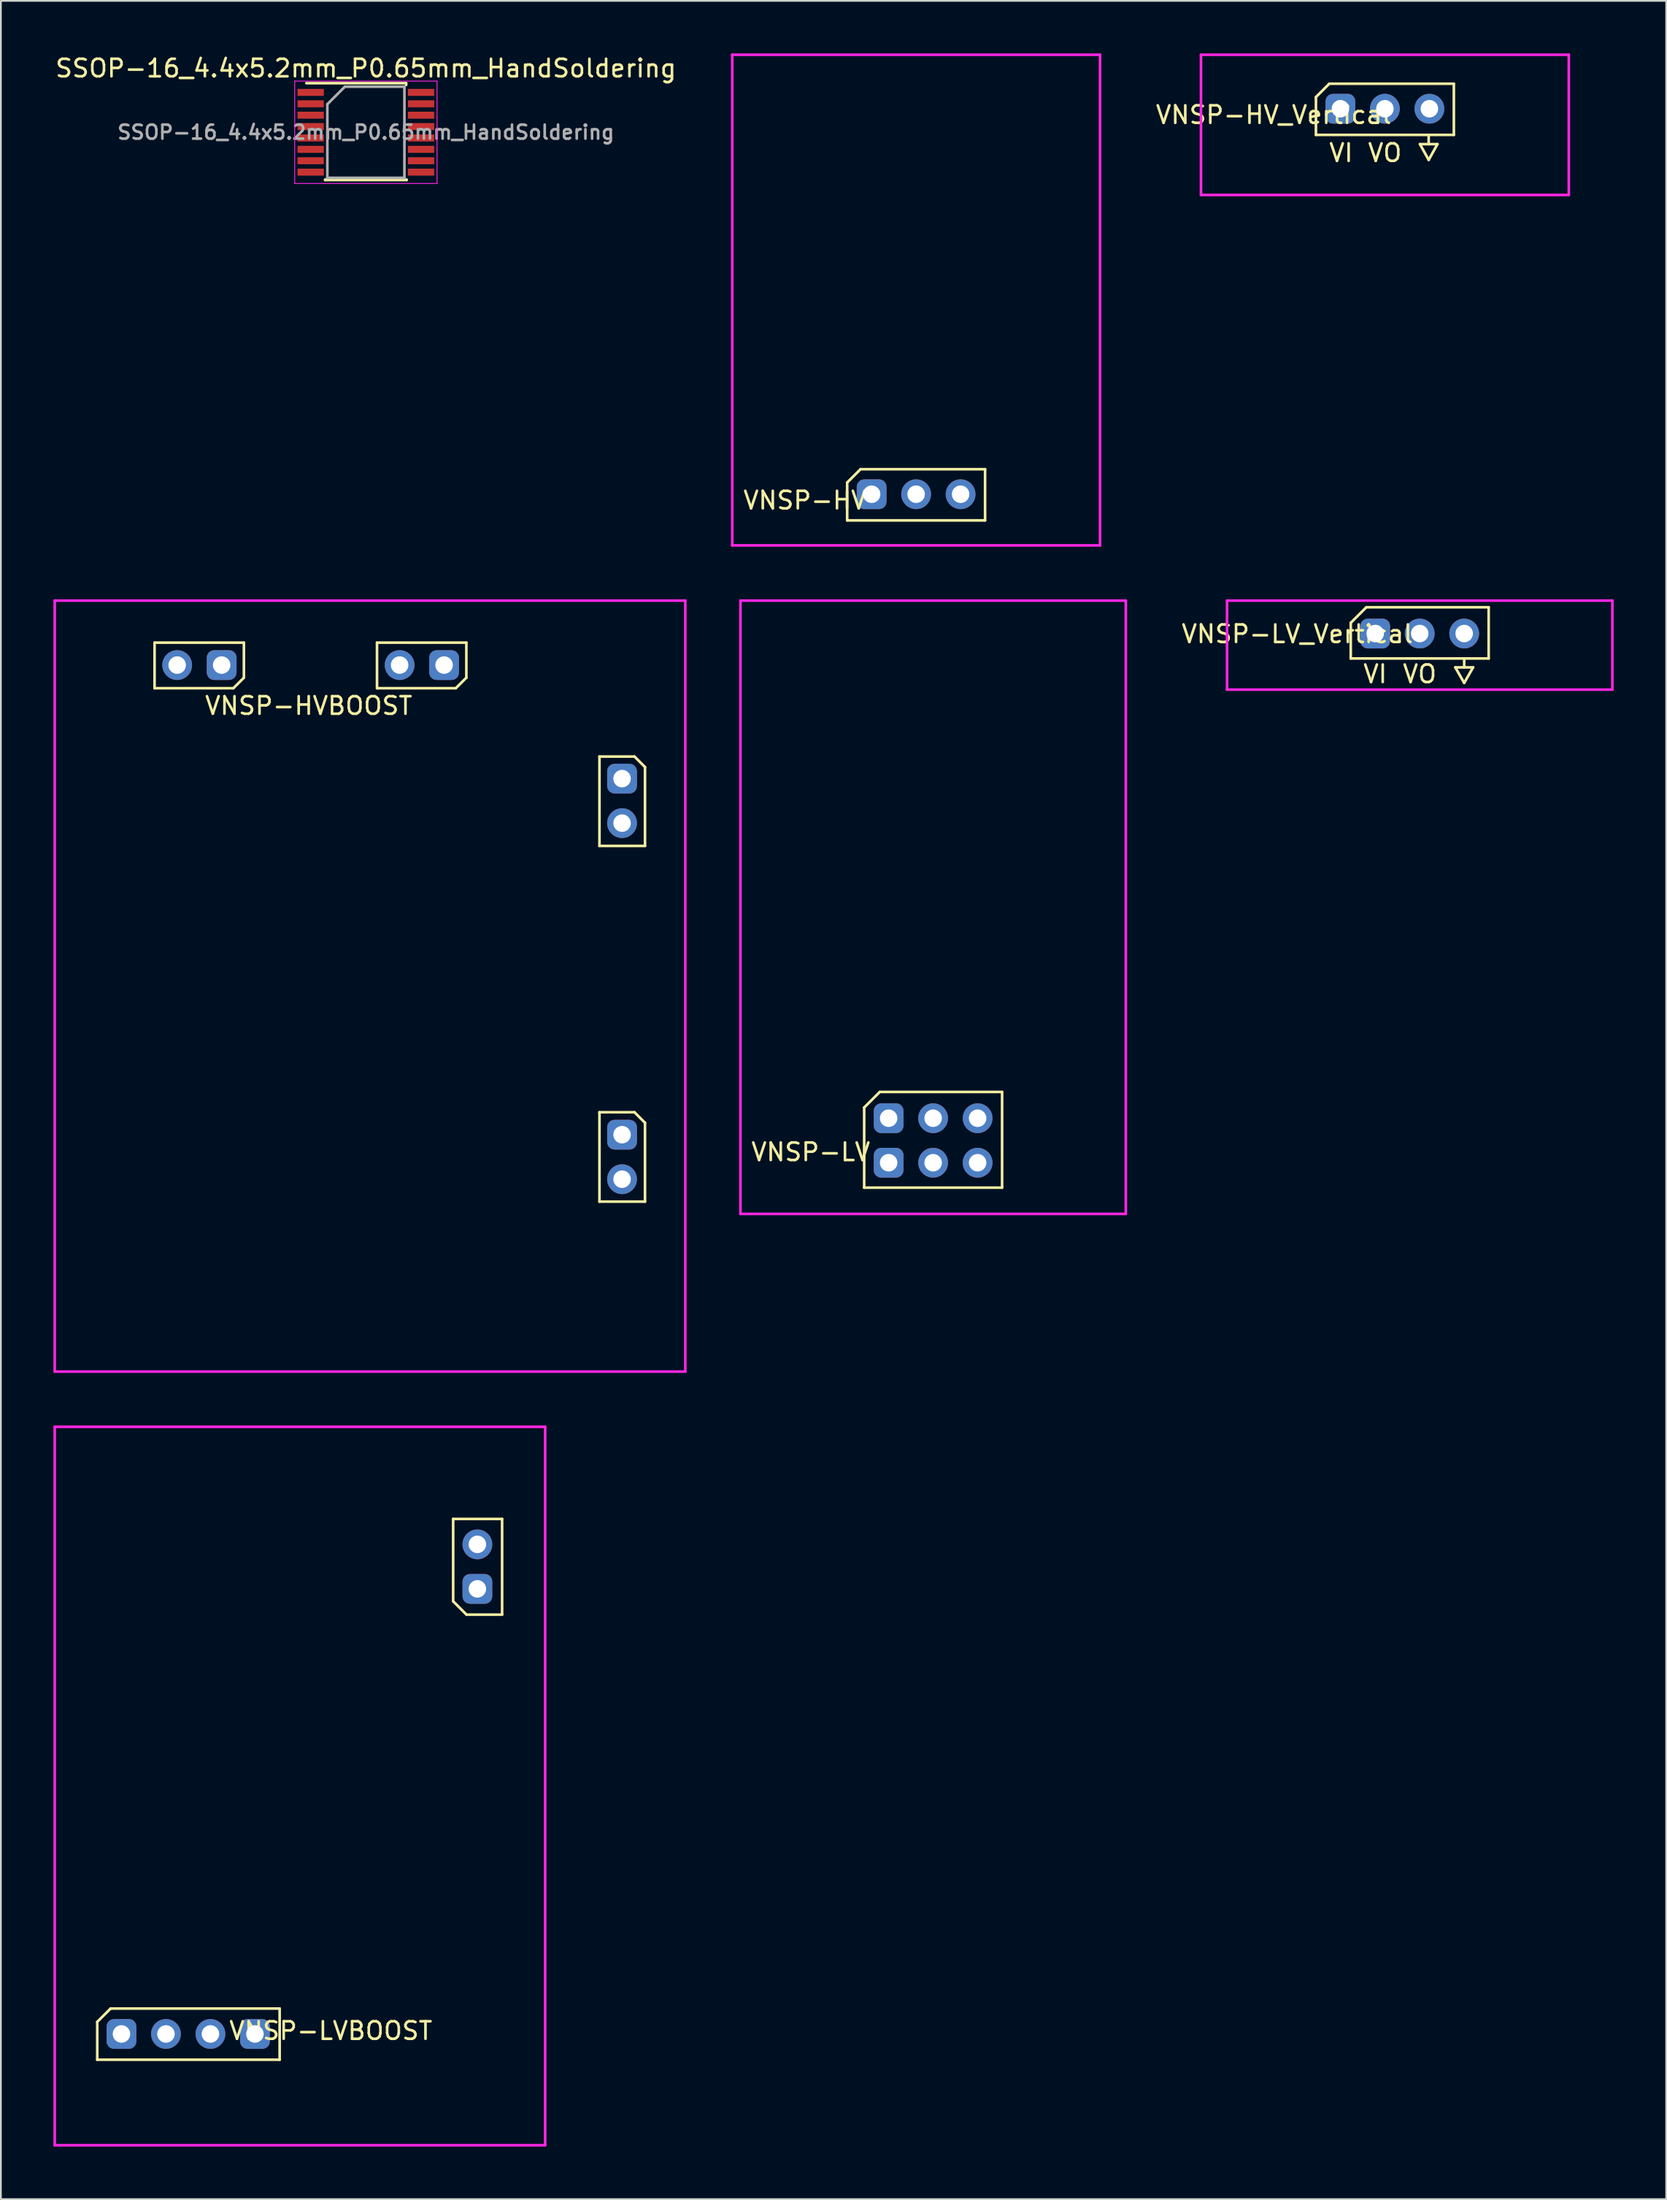
<source format=kicad_pcb>
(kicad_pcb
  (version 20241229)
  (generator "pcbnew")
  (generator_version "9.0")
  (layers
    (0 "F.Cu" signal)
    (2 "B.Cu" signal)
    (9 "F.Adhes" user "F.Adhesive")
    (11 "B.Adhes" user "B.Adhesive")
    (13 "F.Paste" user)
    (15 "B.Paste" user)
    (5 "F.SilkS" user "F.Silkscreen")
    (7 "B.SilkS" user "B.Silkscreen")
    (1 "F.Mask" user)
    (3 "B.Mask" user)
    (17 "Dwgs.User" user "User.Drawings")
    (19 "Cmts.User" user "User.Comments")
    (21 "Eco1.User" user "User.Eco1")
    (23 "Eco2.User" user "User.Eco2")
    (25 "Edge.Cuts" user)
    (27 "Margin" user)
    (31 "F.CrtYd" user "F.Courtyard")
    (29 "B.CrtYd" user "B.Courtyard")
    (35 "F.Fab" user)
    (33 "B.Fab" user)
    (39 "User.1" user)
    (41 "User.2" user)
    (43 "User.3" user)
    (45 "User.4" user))
  (footprint "VNSP-LVBOOST"
    (layer "F.Cu")
    (at 15.075 98.875)
    (property "Reference" "VNSP-LVBOOST" (at 0.762 13.97 0) (layer "F.SilkS") (effects (font (size 1 1) (thickness 0.15))))
    (attr through_hole)
    (fp_line (start -12.573 13.462) (end -12.573 15.621) (stroke (width 0.15) (type solid)) (layer "F.SilkS"))
    (fp_line (start -12.573 15.621) (end -2.159 15.621) (stroke (width 0.15) (type solid)) (layer "F.SilkS"))
    (fp_line (start -11.811 12.7) (end -12.573 13.462) (stroke (width 0.15) (type solid)) (layer "F.SilkS"))
    (fp_line (start -2.159 12.7) (end -11.811 12.7) (stroke (width 0.15) (type solid)) (layer "F.SilkS"))
    (fp_line (start -2.159 15.621) (end -2.159 12.7) (stroke (width 0.15) (type solid)) (layer "F.SilkS"))
    (fp_line (start 7.747 -15.24) (end 7.747 -10.541) (stroke (width 0.15) (type solid)) (layer "F.SilkS"))
    (fp_line (start 7.747 -10.541) (end 8.509 -9.779) (stroke (width 0.15) (type solid)) (layer "F.SilkS"))
    (fp_line (start 8.509 -9.779) (end 10.541 -9.779) (stroke (width 0.15) (type solid)) (layer "F.SilkS"))
    (fp_line (start 10.541 -15.24) (end 7.747 -15.24) (stroke (width 0.15) (type solid)) (layer "F.SilkS"))
    (fp_line (start 10.541 -9.779) (end 10.541 -15.24) (stroke (width 0.15) (type solid)) (layer "F.SilkS"))
    (fp_line (start -15 -20.5) (end 13 -20.5) (stroke (width 0.15) (type solid)) (layer "F.CrtYd"))
    (fp_line (start -15 20.5) (end -15 -20.5) (stroke (width 0.15) (type solid)) (layer "F.CrtYd"))
    (fp_line (start 13 -20.5) (end 13 20.5) (stroke (width 0.15) (type solid)) (layer "F.CrtYd"))
    (fp_line (start 13 20.5) (end -15 20.5) (stroke (width 0.15) (type solid)) (layer "F.CrtYd"))
    (pad "1" thru_hole roundrect (at -11.19 14.15) (size 1.7 1.7) (drill 1) (layers "*.Cu" "*.Mask") (roundrect_rratio 0.25))
    (pad "1" thru_hole circle (at -8.65 14.15) (size 1.7 1.7) (drill 1) (layers "*.Cu" "*.Mask"))
    (pad "2" thru_hole circle (at -6.11 14.15) (size 1.7 1.7) (drill 1) (layers "*.Cu" "*.Mask"))
    (pad "2" thru_hole roundrect (at -3.57 14.15) (size 1.7 1.7) (drill 1) (layers "*.Cu" "*.Mask") (roundrect_rratio 0.25))
    (pad "3" thru_hole circle (at 9.13 -13.79) (size 1.7 1.7) (drill 1) (layers "*.Cu" "*.Mask"))
    (pad "3" thru_hole roundrect (at 9.13 -11.25) (size 1.7 1.7) (drill 1) (layers "*.Cu" "*.Mask") (roundrect_rratio 0.25)))
  (footprint "VNSP-HV"
    (layer "F.Cu")
    (at 49.254 14.075)
    (property "Reference" "VNSP-HV" (at -6.35 11.43 0) (layer "F.SilkS") (effects (font (size 1 1) (thickness 0.15))))
    (attr through_hole)
    (fp_line (start -3.937 10.414) (end -3.937 12.573) (stroke (width 0.15) (type solid)) (layer "F.SilkS"))
    (fp_line (start -3.937 12.573) (end 3.937 12.573) (stroke (width 0.15) (type solid)) (layer "F.SilkS"))
    (fp_line (start -3.175 9.652) (end -3.937 10.414) (stroke (width 0.15) (type solid)) (layer "F.SilkS"))
    (fp_line (start 3.937 9.652) (end -3.175 9.652) (stroke (width 0.15) (type solid)) (layer "F.SilkS"))
    (fp_line (start 3.937 12.573) (end 3.937 9.652) (stroke (width 0.15) (type solid)) (layer "F.SilkS"))
    (fp_line (start -10.5 -14) (end 10.5 -14) (stroke (width 0.15) (type solid)) (layer "F.CrtYd"))
    (fp_line (start -10.5 14) (end -10.5 -14) (stroke (width 0.15) (type solid)) (layer "F.CrtYd"))
    (fp_line (start 10.5 -14) (end 10.5 14) (stroke (width 0.15) (type solid)) (layer "F.CrtYd"))
    (fp_line (start 10.5 14) (end -10.5 14) (stroke (width 0.15) (type solid)) (layer "F.CrtYd"))
    (pad "1" thru_hole roundrect (at -2.54 11.08) (size 1.7 1.7) (drill 1) (layers "*.Cu" "*.Mask") (roundrect_rratio 0.25))
    (pad "2" thru_hole circle (at 0 11.08) (size 1.7 1.7) (drill 1) (layers "*.Cu" "*.Mask"))
    (pad "3" thru_hole circle (at 2.54 11.08) (size 1.7 1.7) (drill 1) (layers "*.Cu" "*.Mask")))
  (footprint "VNSP-LV_Vertical"
    (layer "F.Cu")
    (at 78.005 33.13)
    (property "Reference" "VNSP-LV_Vertical" (at -6.985 0 0) (layer "F.SilkS") (effects (font (size 1 1) (thickness 0.15))))
    (attr through_hole)
    (fp_line (start -3.937 -0.635) (end -3.937 1.397) (stroke (width 0.15) (type solid)) (layer "F.SilkS"))
    (fp_line (start -3.937 1.397) (end 3.937 1.397) (stroke (width 0.15) (type solid)) (layer "F.SilkS"))
    (fp_line (start -3.048 -1.524) (end -3.937 -0.635) (stroke (width 0.15) (type solid)) (layer "F.SilkS"))
    (fp_line (start 2.032 1.905) (end 2.54 2.794) (stroke (width 0.15) (type solid)) (layer "F.SilkS"))
    (fp_line (start 2.032 1.905) (end 3.048 1.905) (stroke (width 0.15) (type solid)) (layer "F.SilkS"))
    (fp_line (start 2.54 1.397) (end 2.54 1.905) (stroke (width 0.15) (type solid)) (layer "F.SilkS"))
    (fp_line (start 2.54 2.794) (end 3.048 1.905) (stroke (width 0.15) (type solid)) (layer "F.SilkS"))
    (fp_line (start 3.937 -1.524) (end -3.048 -1.524) (stroke (width 0.15) (type solid)) (layer "F.SilkS"))
    (fp_line (start 3.937 1.397) (end 3.937 -1.524) (stroke (width 0.15) (type solid)) (layer "F.SilkS"))
    (fp_line (start -11 -1.905) (end -11 3.175) (stroke (width 0.15) (type solid)) (layer "F.CrtYd"))
    (fp_line (start -11 -1.905) (end 11 -1.905) (stroke (width 0.15) (type solid)) (layer "F.CrtYd"))
    (fp_line (start 11 -1.905) (end 11 3.175) (stroke (width 0.15) (type solid)) (layer "F.CrtYd"))
    (fp_line (start 11 3.175) (end -11 3.175) (stroke (width 0.15) (type solid)) (layer "F.CrtYd"))
    (fp_text user "VI" (at -2.54 2.286 0) (layer "F.SilkS") (effects (font (size 1 1) (thickness 0.15))))
    (fp_text user "VO" (at 0 2.286 0) (layer "F.SilkS") (effects (font (size 1 1) (thickness 0.15))))
    (pad "1" thru_hole roundrect (at -2.54 -0.025) (size 1.7 1.7) (drill 1) (layers "*.Cu" "*.Mask") (roundrect_rratio 0.25))
    (pad "2" thru_hole circle (at 0 -0.025) (size 1.7 1.7) (drill 1) (layers "*.Cu" "*.Mask"))
    (pad "3" thru_hole circle (at 2.54 -0.025) (size 1.7 1.7) (drill 1) (layers "*.Cu" "*.Mask")))
  (footprint "VNSP-LV"
    (layer "F.Cu")
    (at 50.225 48.725)
    (property "Reference" "VNSP-LV" (at -6.985 13.97 0) (layer "F.SilkS") (effects (font (size 1 1) (thickness 0.15))))
    (attr through_hole)
    (fp_line (start -3.937 11.43) (end -3.937 16.002) (stroke (width 0.15) (type solid)) (layer "F.SilkS"))
    (fp_line (start -3.937 16.002) (end 3.937 16.002) (stroke (width 0.15) (type solid)) (layer "F.SilkS"))
    (fp_line (start -3.048 10.541) (end -3.937 11.43) (stroke (width 0.15) (type solid)) (layer "F.SilkS"))
    (fp_line (start 3.937 10.541) (end -3.048 10.541) (stroke (width 0.15) (type solid)) (layer "F.SilkS"))
    (fp_line (start 3.937 16.002) (end 3.937 10.541) (stroke (width 0.15) (type solid)) (layer "F.SilkS"))
    (fp_line (start -11 -17.5) (end 11 -17.5) (stroke (width 0.15) (type solid)) (layer "F.CrtYd"))
    (fp_line (start -11 17.5) (end -11 -17.5) (stroke (width 0.15) (type solid)) (layer "F.CrtYd"))
    (fp_line (start 11 -17.5) (end 11 17.5) (stroke (width 0.15) (type solid)) (layer "F.CrtYd"))
    (fp_line (start 11 17.5) (end -11 17.5) (stroke (width 0.15) (type solid)) (layer "F.CrtYd"))
    (pad "1" thru_hole roundrect (at -2.54 12.04) (size 1.7 1.7) (drill 1) (layers "*.Cu" "*.Mask") (roundrect_rratio 0.25))
    (pad "1" thru_hole roundrect (at -2.54 14.58) (size 1.7 1.7) (drill 1) (layers "*.Cu" "*.Mask") (roundrect_rratio 0.25))
    (pad "2" thru_hole circle (at 0 12.04) (size 1.7 1.7) (drill 1) (layers "*.Cu" "*.Mask"))
    (pad "2" thru_hole circle (at 0 14.58) (size 1.7 1.7) (drill 1) (layers "*.Cu" "*.Mask"))
    (pad "3" thru_hole circle (at 2.54 12.04) (size 1.7 1.7) (drill 1) (layers "*.Cu" "*.Mask"))
    (pad "3" thru_hole circle (at 2.54 14.58) (size 1.7 1.7) (drill 1) (layers "*.Cu" "*.Mask")))
  (footprint "VNSP-HVBOOST"
    (layer "F.Cu")
    (at 18.075 53.225)
    (property "Reference" "VNSP-HVBOOST" (at -3.5 -16 0) (layer "F.SilkS") (effects (font (size 1 1) (thickness 0.15))))
    (attr through_hole)
    (fp_line (start -12.3 -19.6) (end -12.3 -17) (stroke (width 0.15) (type solid)) (layer "F.SilkS"))
    (fp_line (start -12.3 -17) (end -7.8 -17) (stroke (width 0.15) (type solid)) (layer "F.SilkS"))
    (fp_line (start -7.8 -17) (end -7.2 -17.6) (stroke (width 0.15) (type solid)) (layer "F.SilkS"))
    (fp_line (start -7.2 -19.6) (end -12.3 -19.6) (stroke (width 0.15) (type solid)) (layer "F.SilkS"))
    (fp_line (start -7.2 -17.6) (end -7.2 -19.6) (stroke (width 0.15) (type solid)) (layer "F.SilkS"))
    (fp_line (start 0.4 -19.6) (end 0.4 -17) (stroke (width 0.15) (type solid)) (layer "F.SilkS"))
    (fp_line (start 0.4 -17) (end 4.9 -17) (stroke (width 0.15) (type solid)) (layer "F.SilkS"))
    (fp_line (start 4.9 -17) (end 5.5 -17.6) (stroke (width 0.15) (type solid)) (layer "F.SilkS"))
    (fp_line (start 5.5 -19.6) (end 0.4 -19.6) (stroke (width 0.15) (type solid)) (layer "F.SilkS"))
    (fp_line (start 5.5 -17.6) (end 5.5 -19.6) (stroke (width 0.15) (type solid)) (layer "F.SilkS"))
    (fp_line (start 13.1 -13.1) (end 13.1 -8) (stroke (width 0.15) (type solid)) (layer "F.SilkS"))
    (fp_line (start 13.1 -8) (end 15.7 -8) (stroke (width 0.15) (type solid)) (layer "F.SilkS"))
    (fp_line (start 13.1 7.2) (end 13.1 12.3) (stroke (width 0.15) (type solid)) (layer "F.SilkS"))
    (fp_line (start 13.1 12.3) (end 15.7 12.3) (stroke (width 0.15) (type solid)) (layer "F.SilkS"))
    (fp_line (start 15.1 -13.1) (end 13.1 -13.1) (stroke (width 0.15) (type solid)) (layer "F.SilkS"))
    (fp_line (start 15.1 7.2) (end 13.1 7.2) (stroke (width 0.15) (type solid)) (layer "F.SilkS"))
    (fp_line (start 15.7 -12.5) (end 15.1 -13.1) (stroke (width 0.15) (type solid)) (layer "F.SilkS"))
    (fp_line (start 15.7 -8) (end 15.7 -12.5) (stroke (width 0.15) (type solid)) (layer "F.SilkS"))
    (fp_line (start 15.7 7.8) (end 15.1 7.2) (stroke (width 0.15) (type solid)) (layer "F.SilkS"))
    (fp_line (start 15.7 12.3) (end 15.7 7.8) (stroke (width 0.15) (type solid)) (layer "F.SilkS"))
    (fp_line (start -18 -22) (end 18 -22) (stroke (width 0.15) (type solid)) (layer "F.CrtYd"))
    (fp_line (start -18 22) (end -18 -22) (stroke (width 0.15) (type solid)) (layer "F.CrtYd"))
    (fp_line (start 18 -22) (end 18 22) (stroke (width 0.15) (type solid)) (layer "F.CrtYd"))
    (fp_line (start 18 22) (end -18 22) (stroke (width 0.15) (type solid)) (layer "F.CrtYd"))
    (pad "1" thru_hole circle (at -11.01 -18.32) (size 1.7 1.7) (drill 1) (layers "*.Cu" "*.Mask"))
    (pad "1" thru_hole roundrect (at -8.47 -18.32) (size 1.7 1.7) (drill 1) (layers "*.Cu" "*.Mask") (roundrect_rratio 0.25))
    (pad "2" thru_hole circle (at 1.69 -18.32) (size 1.7 1.7) (drill 1) (layers "*.Cu" "*.Mask"))
    (pad "2" thru_hole roundrect (at 4.23 -18.32) (size 1.7 1.7) (drill 1) (layers "*.Cu" "*.Mask") (roundrect_rratio 0.25))
    (pad "3" thru_hole roundrect (at 14.39 -11.84) (size 1.7 1.7) (drill 1) (layers "*.Cu" "*.Mask") (roundrect_rratio 0.25))
    (pad "3" thru_hole circle (at 14.39 -9.3) (size 1.7 1.7) (drill 1) (layers "*.Cu" "*.Mask"))
    (pad "4" thru_hole roundrect (at 14.39 8.48) (size 1.7 1.7) (drill 1) (layers "*.Cu" "*.Mask") (roundrect_rratio 0.25))
    (pad "4" thru_hole circle (at 14.39 11.02) (size 1.7 1.7) (drill 1) (layers "*.Cu" "*.Mask")))
  (footprint "SSOP-16_4.4x5.2mm_P0.65mm_HandSoldering"
    (layer "F.Cu")
    (at 17.839 4.498)
    (property "Reference" "SSOP-16_4.4x5.2mm_P0.65mm_HandSoldering" (at 0 -3.65 0) (layer "F.SilkS") (effects (font (size 1 1) (thickness 0.15))))
    (attr smd)
    (fp_line (start -3.4 -2.8) (end 2.3 -2.8) (stroke (width 0.15) (type solid)) (layer "F.SilkS"))
    (fp_line (start -2.325 2.725) (end -2.325 2.7) (stroke (width 0.15) (type solid)) (layer "F.SilkS"))
    (fp_line (start -2.325 2.725) (end 2.325 2.725) (stroke (width 0.15) (type solid)) (layer "F.SilkS"))
    (fp_line (start 2.3 -2.8) (end 2.3 -2.7) (stroke (width 0.15) (type solid)) (layer "F.SilkS"))
    (fp_line (start 2.325 2.725) (end 2.325 2.7) (stroke (width 0.15) (type solid)) (layer "F.SilkS"))
    (fp_line (start -4.064 -2.921) (end -4.064 2.921) (stroke (width 0.05) (type solid)) (layer "F.CrtYd"))
    (fp_line (start -4.064 -2.921) (end 4.064 -2.921) (stroke (width 0.05) (type solid)) (layer "F.CrtYd"))
    (fp_line (start -4.064 2.921) (end 4.064 2.921) (stroke (width 0.05) (type solid)) (layer "F.CrtYd"))
    (fp_line (start 4.064 -2.921) (end 4.064 2.921) (stroke (width 0.05) (type solid)) (layer "F.CrtYd"))
    (fp_line (start -2.2 -1.6) (end -1.2 -2.6) (stroke (width 0.15) (type solid)) (layer "F.Fab"))
    (fp_line (start -2.2 2.6) (end -2.2 -1.6) (stroke (width 0.15) (type solid)) (layer "F.Fab"))
    (fp_line (start -1.2 -2.6) (end 2.2 -2.6) (stroke (width 0.15) (type solid)) (layer "F.Fab"))
    (fp_line (start 2.2 -2.6) (end 2.2 2.6) (stroke (width 0.15) (type solid)) (layer "F.Fab"))
    (fp_line (start 2.2 2.6) (end -2.2 2.6) (stroke (width 0.15) (type solid)) (layer "F.Fab"))
    (fp_text user "${REFERENCE}" (at 0 0 0) (layer "F.Fab") (effects (font (size 0.8 0.8) (thickness 0.15))))
    (pad "1" smd rect (at -3.15 -2.275) (size 1.5 0.4) (layers "F.Cu" "F.Mask" "F.Paste"))
    (pad "2" smd rect (at -3.15 -1.625) (size 1.5 0.4) (layers "F.Cu" "F.Mask" "F.Paste"))
    (pad "3" smd rect (at -3.15 -0.975) (size 1.5 0.4) (layers "F.Cu" "F.Mask" "F.Paste"))
    (pad "4" smd rect (at -3.15 -0.325) (size 1.5 0.4) (layers "F.Cu" "F.Mask" "F.Paste"))
    (pad "5" smd rect (at -3.15 0.325) (size 1.5 0.4) (layers "F.Cu" "F.Mask" "F.Paste"))
    (pad "6" smd rect (at -3.15 0.975) (size 1.5 0.4) (layers "F.Cu" "F.Mask" "F.Paste"))
    (pad "7" smd rect (at -3.15 1.625) (size 1.5 0.4) (layers "F.Cu" "F.Mask" "F.Paste"))
    (pad "8" smd rect (at -3.15 2.275) (size 1.5 0.4) (layers "F.Cu" "F.Mask" "F.Paste"))
    (pad "9" smd rect (at 3.15 2.275) (size 1.5 0.4) (layers "F.Cu" "F.Mask" "F.Paste"))
    (pad "10" smd rect (at 3.15 1.625) (size 1.5 0.4) (layers "F.Cu" "F.Mask" "F.Paste"))
    (pad "11" smd rect (at 3.15 0.975) (size 1.5 0.4) (layers "F.Cu" "F.Mask" "F.Paste"))
    (pad "12" smd rect (at 3.15 0.325) (size 1.5 0.4) (layers "F.Cu" "F.Mask" "F.Paste"))
    (pad "13" smd rect (at 3.15 -0.325) (size 1.5 0.4) (layers "F.Cu" "F.Mask" "F.Paste"))
    (pad "14" smd rect (at 3.15 -0.975) (size 1.5 0.4) (layers "F.Cu" "F.Mask" "F.Paste"))
    (pad "15" smd rect (at 3.15 -1.625) (size 1.5 0.4) (layers "F.Cu" "F.Mask" "F.Paste"))
    (pad "16" smd rect (at 3.15 -2.275) (size 1.5 0.4) (layers "F.Cu" "F.Mask" "F.Paste")))
  (footprint "VNSP-HV_Vertical"
    (layer "F.Cu")
    (at 76.018 3.075)
    (property "Reference" "VNSP-HV_Vertical" (at -6.35 0.43 0) (layer "F.SilkS") (effects (font (size 1 1) (thickness 0.15))))
    (attr through_hole)
    (fp_line (start -3.937 -0.586) (end -3.937 1.573) (stroke (width 0.15) (type solid)) (layer "F.SilkS"))
    (fp_line (start -3.937 1.573) (end 3.937 1.573) (stroke (width 0.15) (type solid)) (layer "F.SilkS"))
    (fp_line (start -3.175 -1.348) (end -3.937 -0.586) (stroke (width 0.15) (type solid)) (layer "F.SilkS"))
    (fp_line (start 2 2.1) (end 2.5 2.1) (stroke (width 0.15) (type solid)) (layer "F.SilkS"))
    (fp_line (start 2.5 1.6) (end 2.5 2.1) (stroke (width 0.15) (type solid)) (layer "F.SilkS"))
    (fp_line (start 2.5 2.1) (end 3 2.1) (stroke (width 0.15) (type solid)) (layer "F.SilkS"))
    (fp_line (start 2.5 3) (end 2 2.1) (stroke (width 0.15) (type solid)) (layer "F.SilkS"))
    (fp_line (start 3 2.1) (end 2.5 3) (stroke (width 0.15) (type solid)) (layer "F.SilkS"))
    (fp_line (start 3.937 -1.348) (end -3.175 -1.348) (stroke (width 0.15) (type solid)) (layer "F.SilkS"))
    (fp_line (start 3.937 1.573) (end 3.937 -1.348) (stroke (width 0.15) (type solid)) (layer "F.SilkS"))
    (fp_line (start -10.5 -3) (end 10.5 -3) (stroke (width 0.15) (type solid)) (layer "F.CrtYd"))
    (fp_line (start -10.5 5) (end -10.5 -3) (stroke (width 0.15) (type solid)) (layer "F.CrtYd"))
    (fp_line (start 10.5 -3) (end 10.5 5) (stroke (width 0.15) (type solid)) (layer "F.CrtYd"))
    (fp_line (start 10.5 5) (end -10.5 5) (stroke (width 0.15) (type solid)) (layer "F.CrtYd"))
    (fp_text user "VO" (at 0 2.6 0) (layer "F.SilkS") (effects (font (size 1 1) (thickness 0.15))))
    (fp_text user "VI" (at -2.5 2.6 0) (layer "F.SilkS") (effects (font (size 1 1) (thickness 0.15))))
    (pad "1" thru_hole roundrect (at -2.54 0.08) (size 1.7 1.7) (drill 1) (layers "*.Cu" "*.Mask") (roundrect_rratio 0.25))
    (pad "2" thru_hole circle (at 0 0.08) (size 1.7 1.7) (drill 1) (layers "*.Cu" "*.Mask"))
    (pad "3" thru_hole circle (at 2.54 0.08) (size 1.7 1.7) (drill 1) (layers "*.Cu" "*.Mask")))
  (gr_rect
    (start -3 -3)
    (end 92.08 122.45)
    (stroke (width 0.1) (type default))
    (fill no)
    (layer "Edge.Cuts")))
</source>
